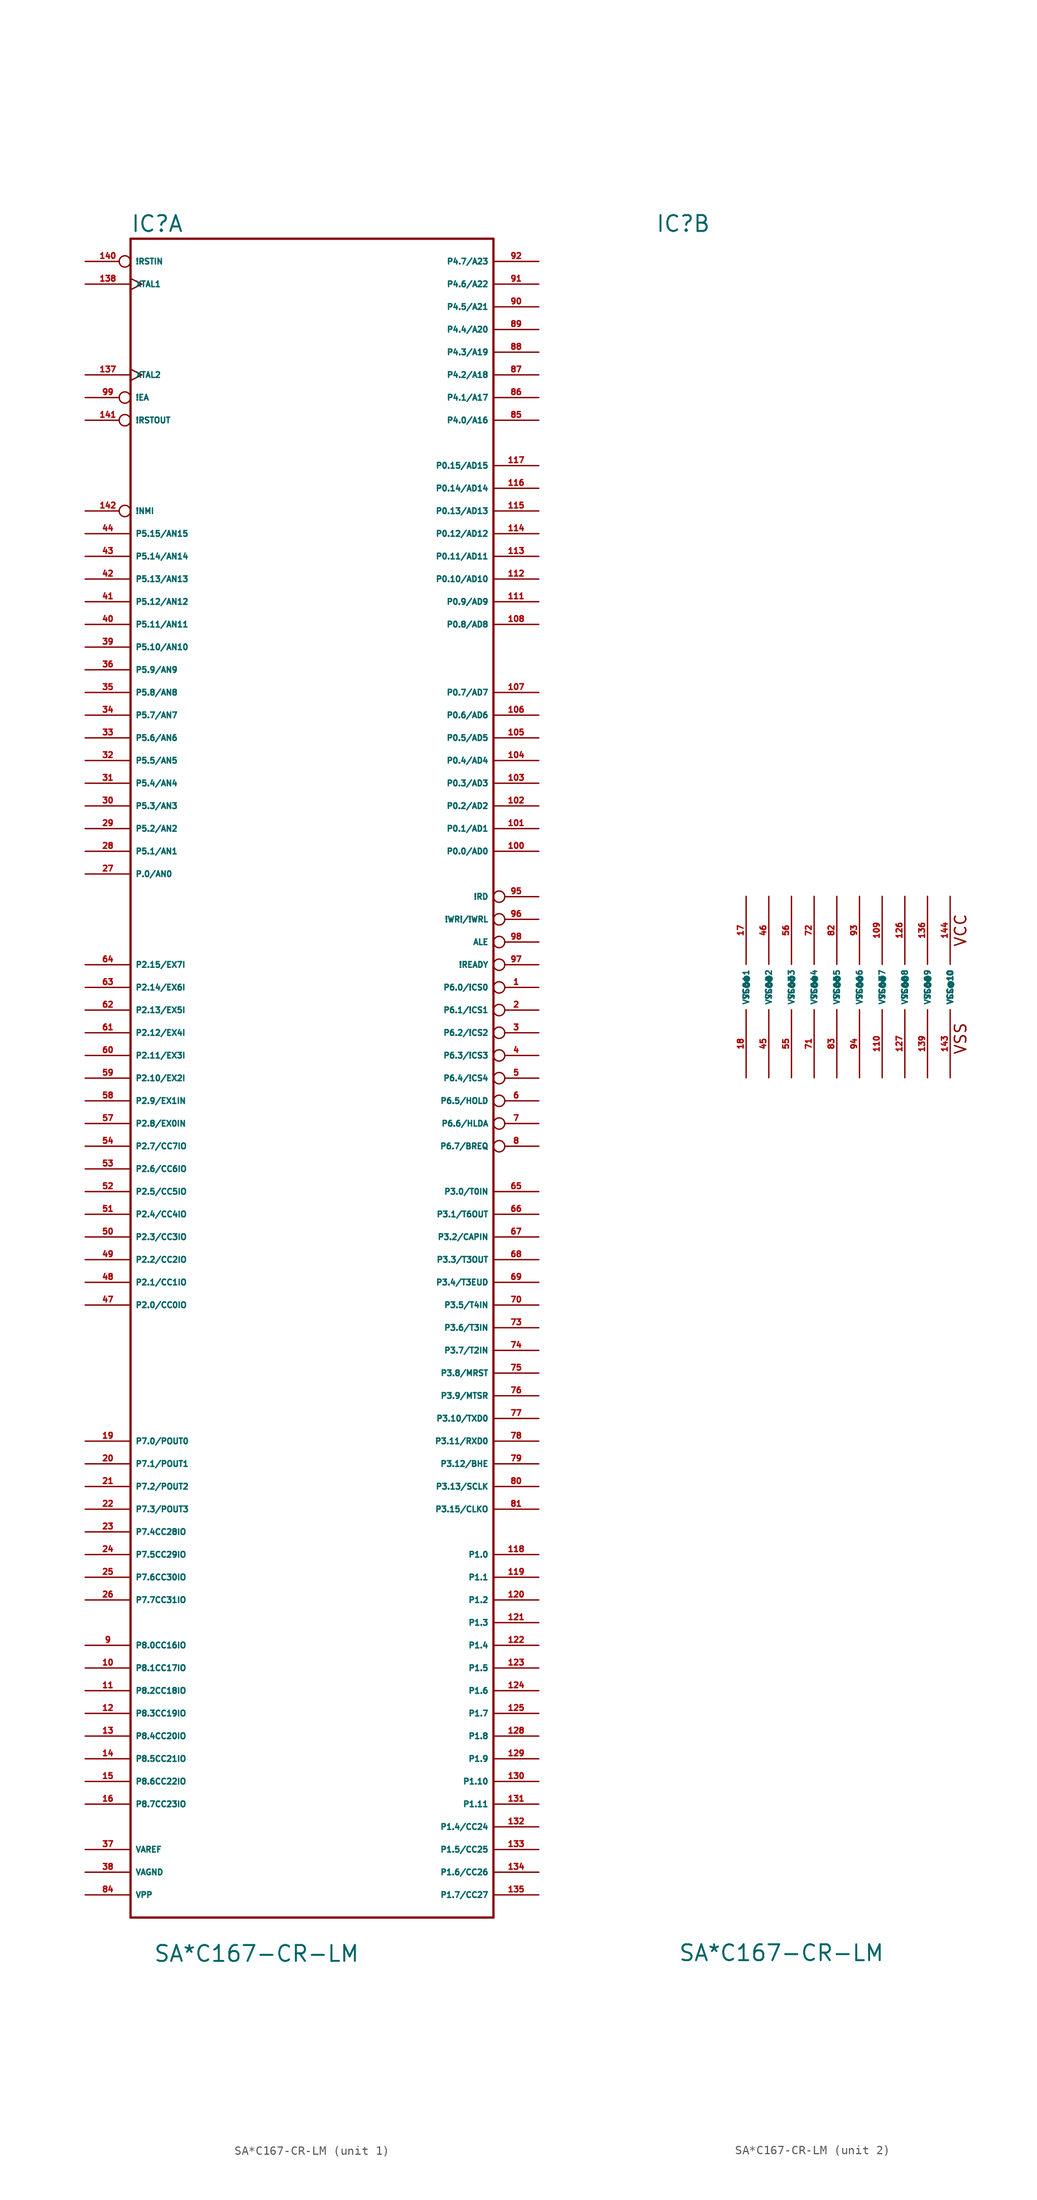
<source format=kicad_sym>
(kicad_symbol_lib
  (version 20220914)
  (generator Eagle2Kicad)
  (symbol "SA*C167-CR-LM"
    (property "Reference" "IC"
      (at -20.32 84.455 0)
      (effects (font (size 1.778 1.778) (thickness 0.22)) (justify left bottom)))
    (property "Value" "SA*C167-CR-LM"
      (at -17.78 -109.22 0)
      (effects (font (size 1.778 1.778) (thickness 0.22)) (justify left bottom)))
    (symbol "SA*C167-CR-LM_1_0"
      (polyline (pts (xy -20.32 -104.14) (xy 20.32 -104.14)) (stroke (width 0.254) (type default)) (fill (type none)))
      (polyline (pts (xy 20.32 -104.14) (xy 20.32 83.82)) (stroke (width 0.254) (type default)) (fill (type none)))
      (polyline (pts (xy 20.32 83.82) (xy -20.32 83.82)) (stroke (width 0.254) (type default)) (fill (type none)))
      (polyline (pts (xy -20.32 83.82) (xy -20.32 -104.14)) (stroke (width 0.254) (type default)) (fill (type none)))
      (pin output inverted (at 25.4 5.08 180) (length 5.08) (name "ALE" (effects (font (size 0.635 0.635) (thickness 0.08)) (justify left bottom))) (number "98" (effects (font (size 0.635 0.635) (thickness 0.08)) (justify left bottom))))
      (pin input inverted (at -25.4 66.04 0) (length 5.08) (name "!EA" (effects (font (size 0.635 0.635) (thickness 0.08)) (justify left bottom))) (number "99" (effects (font (size 0.635 0.635) (thickness 0.08)) (justify left bottom))))
      (pin input inverted (at -25.4 53.34 0) (length 5.08) (name "!NMI" (effects (font (size 0.635 0.635) (thickness 0.08)) (justify left bottom))) (number "142" (effects (font (size 0.635 0.635) (thickness 0.08)) (justify left bottom))))
      (pin input line (at -25.4 12.7 0) (length 5.08) (name "P.0/AN0" (effects (font (size 0.635 0.635) (thickness 0.08)) (justify left bottom))) (number "27" (effects (font (size 0.635 0.635) (thickness 0.08)) (justify left bottom))))
      (pin bidirectional line (at 25.4 15.24 180) (length 5.08) (name "P0.0/AD0" (effects (font (size 0.635 0.635) (thickness 0.08)) (justify left bottom))) (number "100" (effects (font (size 0.635 0.635) (thickness 0.08)) (justify left bottom))))
      (pin bidirectional line (at 25.4 17.78 180) (length 5.08) (name "P0.1/AD1" (effects (font (size 0.635 0.635) (thickness 0.08)) (justify left bottom))) (number "101" (effects (font (size 0.635 0.635) (thickness 0.08)) (justify left bottom))))
      (pin bidirectional line (at 25.4 20.32 180) (length 5.08) (name "P0.2/AD2" (effects (font (size 0.635 0.635) (thickness 0.08)) (justify left bottom))) (number "102" (effects (font (size 0.635 0.635) (thickness 0.08)) (justify left bottom))))
      (pin bidirectional line (at 25.4 22.86 180) (length 5.08) (name "P0.3/AD3" (effects (font (size 0.635 0.635) (thickness 0.08)) (justify left bottom))) (number "103" (effects (font (size 0.635 0.635) (thickness 0.08)) (justify left bottom))))
      (pin bidirectional line (at 25.4 25.4 180) (length 5.08) (name "P0.4/AD4" (effects (font (size 0.635 0.635) (thickness 0.08)) (justify left bottom))) (number "104" (effects (font (size 0.635 0.635) (thickness 0.08)) (justify left bottom))))
      (pin bidirectional line (at 25.4 27.94 180) (length 5.08) (name "P0.5/AD5" (effects (font (size 0.635 0.635) (thickness 0.08)) (justify left bottom))) (number "105" (effects (font (size 0.635 0.635) (thickness 0.08)) (justify left bottom))))
      (pin bidirectional line (at 25.4 30.48 180) (length 5.08) (name "P0.6/AD6" (effects (font (size 0.635 0.635) (thickness 0.08)) (justify left bottom))) (number "106" (effects (font (size 0.635 0.635) (thickness 0.08)) (justify left bottom))))
      (pin bidirectional line (at 25.4 33.02 180) (length 5.08) (name "P0.7/AD7" (effects (font (size 0.635 0.635) (thickness 0.08)) (justify left bottom))) (number "107" (effects (font (size 0.635 0.635) (thickness 0.08)) (justify left bottom))))
      (pin bidirectional line (at 25.4 40.64 180) (length 5.08) (name "P0.8/AD8" (effects (font (size 0.635 0.635) (thickness 0.08)) (justify left bottom))) (number "108" (effects (font (size 0.635 0.635) (thickness 0.08)) (justify left bottom))))
      (pin bidirectional line (at 25.4 43.18 180) (length 5.08) (name "P0.9/AD9" (effects (font (size 0.635 0.635) (thickness 0.08)) (justify left bottom))) (number "111" (effects (font (size 0.635 0.635) (thickness 0.08)) (justify left bottom))))
      (pin bidirectional line (at 25.4 45.72 180) (length 5.08) (name "P0.10/AD10" (effects (font (size 0.635 0.635) (thickness 0.08)) (justify left bottom))) (number "112" (effects (font (size 0.635 0.635) (thickness 0.08)) (justify left bottom))))
      (pin bidirectional line (at 25.4 48.26 180) (length 5.08) (name "P0.11/AD11" (effects (font (size 0.635 0.635) (thickness 0.08)) (justify left bottom))) (number "113" (effects (font (size 0.635 0.635) (thickness 0.08)) (justify left bottom))))
      (pin bidirectional line (at 25.4 50.8 180) (length 5.08) (name "P0.12/AD12" (effects (font (size 0.635 0.635) (thickness 0.08)) (justify left bottom))) (number "114" (effects (font (size 0.635 0.635) (thickness 0.08)) (justify left bottom))))
      (pin bidirectional line (at 25.4 53.34 180) (length 5.08) (name "P0.13/AD13" (effects (font (size 0.635 0.635) (thickness 0.08)) (justify left bottom))) (number "115" (effects (font (size 0.635 0.635) (thickness 0.08)) (justify left bottom))))
      (pin bidirectional line (at 25.4 55.88 180) (length 5.08) (name "P0.14/AD14" (effects (font (size 0.635 0.635) (thickness 0.08)) (justify left bottom))) (number "116" (effects (font (size 0.635 0.635) (thickness 0.08)) (justify left bottom))))
      (pin bidirectional line (at 25.4 58.42 180) (length 5.08) (name "P0.15/AD15" (effects (font (size 0.635 0.635) (thickness 0.08)) (justify left bottom))) (number "117" (effects (font (size 0.635 0.635) (thickness 0.08)) (justify left bottom))))
      (pin bidirectional line (at 25.4 -63.5 180) (length 5.08) (name "P1.0" (effects (font (size 0.635 0.635) (thickness 0.08)) (justify left bottom))) (number "118" (effects (font (size 0.635 0.635) (thickness 0.08)) (justify left bottom))))
      (pin bidirectional line (at 25.4 -66.04 180) (length 5.08) (name "P1.1" (effects (font (size 0.635 0.635) (thickness 0.08)) (justify left bottom))) (number "119" (effects (font (size 0.635 0.635) (thickness 0.08)) (justify left bottom))))
      (pin bidirectional line (at 25.4 -68.58 180) (length 5.08) (name "P1.2" (effects (font (size 0.635 0.635) (thickness 0.08)) (justify left bottom))) (number "120" (effects (font (size 0.635 0.635) (thickness 0.08)) (justify left bottom))))
      (pin bidirectional line (at 25.4 -71.12 180) (length 5.08) (name "P1.3" (effects (font (size 0.635 0.635) (thickness 0.08)) (justify left bottom))) (number "121" (effects (font (size 0.635 0.635) (thickness 0.08)) (justify left bottom))))
      (pin bidirectional line (at 25.4 -73.66 180) (length 5.08) (name "P1.4" (effects (font (size 0.635 0.635) (thickness 0.08)) (justify left bottom))) (number "122" (effects (font (size 0.635 0.635) (thickness 0.08)) (justify left bottom))))
      (pin bidirectional line (at 25.4 -93.98 180) (length 5.08) (name "P1.4/CC24" (effects (font (size 0.635 0.635) (thickness 0.08)) (justify left bottom))) (number "132" (effects (font (size 0.635 0.635) (thickness 0.08)) (justify left bottom))))
      (pin bidirectional line (at 25.4 -76.2 180) (length 5.08) (name "P1.5" (effects (font (size 0.635 0.635) (thickness 0.08)) (justify left bottom))) (number "123" (effects (font (size 0.635 0.635) (thickness 0.08)) (justify left bottom))))
      (pin bidirectional line (at 25.4 -96.52 180) (length 5.08) (name "P1.5/CC25" (effects (font (size 0.635 0.635) (thickness 0.08)) (justify left bottom))) (number "133" (effects (font (size 0.635 0.635) (thickness 0.08)) (justify left bottom))))
      (pin bidirectional line (at 25.4 -78.74 180) (length 5.08) (name "P1.6" (effects (font (size 0.635 0.635) (thickness 0.08)) (justify left bottom))) (number "124" (effects (font (size 0.635 0.635) (thickness 0.08)) (justify left bottom))))
      (pin bidirectional line (at 25.4 -99.06 180) (length 5.08) (name "P1.6/CC26" (effects (font (size 0.635 0.635) (thickness 0.08)) (justify left bottom))) (number "134" (effects (font (size 0.635 0.635) (thickness 0.08)) (justify left bottom))))
      (pin bidirectional line (at 25.4 -81.28 180) (length 5.08) (name "P1.7" (effects (font (size 0.635 0.635) (thickness 0.08)) (justify left bottom))) (number "125" (effects (font (size 0.635 0.635) (thickness 0.08)) (justify left bottom))))
      (pin bidirectional line (at 25.4 -101.6 180) (length 5.08) (name "P1.7/CC27" (effects (font (size 0.635 0.635) (thickness 0.08)) (justify left bottom))) (number "135" (effects (font (size 0.635 0.635) (thickness 0.08)) (justify left bottom))))
      (pin bidirectional line (at 25.4 -83.82 180) (length 5.08) (name "P1.8" (effects (font (size 0.635 0.635) (thickness 0.08)) (justify left bottom))) (number "128" (effects (font (size 0.635 0.635) (thickness 0.08)) (justify left bottom))))
      (pin bidirectional line (at 25.4 -86.36 180) (length 5.08) (name "P1.9" (effects (font (size 0.635 0.635) (thickness 0.08)) (justify left bottom))) (number "129" (effects (font (size 0.635 0.635) (thickness 0.08)) (justify left bottom))))
      (pin bidirectional line (at 25.4 -88.9 180) (length 5.08) (name "P1.10" (effects (font (size 0.635 0.635) (thickness 0.08)) (justify left bottom))) (number "130" (effects (font (size 0.635 0.635) (thickness 0.08)) (justify left bottom))))
      (pin bidirectional line (at 25.4 -91.44 180) (length 5.08) (name "P1.11" (effects (font (size 0.635 0.635) (thickness 0.08)) (justify left bottom))) (number "131" (effects (font (size 0.635 0.635) (thickness 0.08)) (justify left bottom))))
      (pin bidirectional line (at -25.4 -35.56 0) (length 5.08) (name "P2.0/CC0IO" (effects (font (size 0.635 0.635) (thickness 0.08)) (justify left bottom))) (number "47" (effects (font (size 0.635 0.635) (thickness 0.08)) (justify left bottom))))
      (pin bidirectional line (at -25.4 -33.02 0) (length 5.08) (name "P2.1/CC1IO" (effects (font (size 0.635 0.635) (thickness 0.08)) (justify left bottom))) (number "48" (effects (font (size 0.635 0.635) (thickness 0.08)) (justify left bottom))))
      (pin bidirectional line (at -25.4 -30.48 0) (length 5.08) (name "P2.2/CC2IO" (effects (font (size 0.635 0.635) (thickness 0.08)) (justify left bottom))) (number "49" (effects (font (size 0.635 0.635) (thickness 0.08)) (justify left bottom))))
      (pin bidirectional line (at -25.4 -27.94 0) (length 5.08) (name "P2.3/CC3IO" (effects (font (size 0.635 0.635) (thickness 0.08)) (justify left bottom))) (number "50" (effects (font (size 0.635 0.635) (thickness 0.08)) (justify left bottom))))
      (pin bidirectional line (at -25.4 -25.4 0) (length 5.08) (name "P2.4/CC4IO" (effects (font (size 0.635 0.635) (thickness 0.08)) (justify left bottom))) (number "51" (effects (font (size 0.635 0.635) (thickness 0.08)) (justify left bottom))))
      (pin bidirectional line (at -25.4 -22.86 0) (length 5.08) (name "P2.5/CC5IO" (effects (font (size 0.635 0.635) (thickness 0.08)) (justify left bottom))) (number "52" (effects (font (size 0.635 0.635) (thickness 0.08)) (justify left bottom))))
      (pin bidirectional line (at -25.4 -20.32 0) (length 5.08) (name "P2.6/CC6IO" (effects (font (size 0.635 0.635) (thickness 0.08)) (justify left bottom))) (number "53" (effects (font (size 0.635 0.635) (thickness 0.08)) (justify left bottom))))
      (pin bidirectional line (at -25.4 -17.78 0) (length 5.08) (name "P2.7/CC7IO" (effects (font (size 0.635 0.635) (thickness 0.08)) (justify left bottom))) (number "54" (effects (font (size 0.635 0.635) (thickness 0.08)) (justify left bottom))))
      (pin bidirectional line (at -25.4 -15.24 0) (length 5.08) (name "P2.8/EX0IN" (effects (font (size 0.635 0.635) (thickness 0.08)) (justify left bottom))) (number "57" (effects (font (size 0.635 0.635) (thickness 0.08)) (justify left bottom))))
      (pin bidirectional line (at -25.4 -12.7 0) (length 5.08) (name "P2.9/EX1IN" (effects (font (size 0.635 0.635) (thickness 0.08)) (justify left bottom))) (number "58" (effects (font (size 0.635 0.635) (thickness 0.08)) (justify left bottom))))
      (pin bidirectional line (at -25.4 -10.16 0) (length 5.08) (name "P2.10/EX2I" (effects (font (size 0.635 0.635) (thickness 0.08)) (justify left bottom))) (number "59" (effects (font (size 0.635 0.635) (thickness 0.08)) (justify left bottom))))
      (pin bidirectional line (at -25.4 -7.62 0) (length 5.08) (name "P2.11/EX3I" (effects (font (size 0.635 0.635) (thickness 0.08)) (justify left bottom))) (number "60" (effects (font (size 0.635 0.635) (thickness 0.08)) (justify left bottom))))
      (pin bidirectional line (at -25.4 -5.08 0) (length 5.08) (name "P2.12/EX4I" (effects (font (size 0.635 0.635) (thickness 0.08)) (justify left bottom))) (number "61" (effects (font (size 0.635 0.635) (thickness 0.08)) (justify left bottom))))
      (pin bidirectional line (at -25.4 -2.54 0) (length 5.08) (name "P2.13/EX5I" (effects (font (size 0.635 0.635) (thickness 0.08)) (justify left bottom))) (number "62" (effects (font (size 0.635 0.635) (thickness 0.08)) (justify left bottom))))
      (pin bidirectional line (at -25.4 0 0) (length 5.08) (name "P2.14/EX6I" (effects (font (size 0.635 0.635) (thickness 0.08)) (justify left bottom))) (number "63" (effects (font (size 0.635 0.635) (thickness 0.08)) (justify left bottom))))
      (pin bidirectional line (at -25.4 2.54 0) (length 5.08) (name "P2.15/EX7I" (effects (font (size 0.635 0.635) (thickness 0.08)) (justify left bottom))) (number "64" (effects (font (size 0.635 0.635) (thickness 0.08)) (justify left bottom))))
      (pin bidirectional line (at 25.4 -22.86 180) (length 5.08) (name "P3.0/T0IN" (effects (font (size 0.635 0.635) (thickness 0.08)) (justify left bottom))) (number "65" (effects (font (size 0.635 0.635) (thickness 0.08)) (justify left bottom))))
      (pin bidirectional line (at 25.4 -25.4 180) (length 5.08) (name "P3.1/T6OUT" (effects (font (size 0.635 0.635) (thickness 0.08)) (justify left bottom))) (number "66" (effects (font (size 0.635 0.635) (thickness 0.08)) (justify left bottom))))
      (pin bidirectional line (at 25.4 -27.94 180) (length 5.08) (name "P3.2/CAPIN" (effects (font (size 0.635 0.635) (thickness 0.08)) (justify left bottom))) (number "67" (effects (font (size 0.635 0.635) (thickness 0.08)) (justify left bottom))))
      (pin bidirectional line (at 25.4 -30.48 180) (length 5.08) (name "P3.3/T3OUT" (effects (font (size 0.635 0.635) (thickness 0.08)) (justify left bottom))) (number "68" (effects (font (size 0.635 0.635) (thickness 0.08)) (justify left bottom))))
      (pin bidirectional line (at 25.4 -33.02 180) (length 5.08) (name "P3.4/T3EUD" (effects (font (size 0.635 0.635) (thickness 0.08)) (justify left bottom))) (number "69" (effects (font (size 0.635 0.635) (thickness 0.08)) (justify left bottom))))
      (pin bidirectional line (at 25.4 -35.56 180) (length 5.08) (name "P3.5/T4IN" (effects (font (size 0.635 0.635) (thickness 0.08)) (justify left bottom))) (number "70" (effects (font (size 0.635 0.635) (thickness 0.08)) (justify left bottom))))
      (pin bidirectional line (at 25.4 -38.1 180) (length 5.08) (name "P3.6/T3IN" (effects (font (size 0.635 0.635) (thickness 0.08)) (justify left bottom))) (number "73" (effects (font (size 0.635 0.635) (thickness 0.08)) (justify left bottom))))
      (pin bidirectional line (at 25.4 -40.64 180) (length 5.08) (name "P3.7/T2IN" (effects (font (size 0.635 0.635) (thickness 0.08)) (justify left bottom))) (number "74" (effects (font (size 0.635 0.635) (thickness 0.08)) (justify left bottom))))
      (pin bidirectional line (at 25.4 -43.18 180) (length 5.08) (name "P3.8/MRST" (effects (font (size 0.635 0.635) (thickness 0.08)) (justify left bottom))) (number "75" (effects (font (size 0.635 0.635) (thickness 0.08)) (justify left bottom))))
      (pin bidirectional line (at 25.4 -45.72 180) (length 5.08) (name "P3.9/MTSR" (effects (font (size 0.635 0.635) (thickness 0.08)) (justify left bottom))) (number "76" (effects (font (size 0.635 0.635) (thickness 0.08)) (justify left bottom))))
      (pin bidirectional line (at 25.4 -48.26 180) (length 5.08) (name "P3.10/TXD0" (effects (font (size 0.635 0.635) (thickness 0.08)) (justify left bottom))) (number "77" (effects (font (size 0.635 0.635) (thickness 0.08)) (justify left bottom))))
      (pin bidirectional line (at 25.4 -50.8 180) (length 5.08) (name "P3.11/RXD0" (effects (font (size 0.635 0.635) (thickness 0.08)) (justify left bottom))) (number "78" (effects (font (size 0.635 0.635) (thickness 0.08)) (justify left bottom))))
      (pin bidirectional line (at 25.4 -53.34 180) (length 5.08) (name "P3.12/BHE" (effects (font (size 0.635 0.635) (thickness 0.08)) (justify left bottom))) (number "79" (effects (font (size 0.635 0.635) (thickness 0.08)) (justify left bottom))))
      (pin bidirectional line (at 25.4 -55.88 180) (length 5.08) (name "P3.13/SCLK" (effects (font (size 0.635 0.635) (thickness 0.08)) (justify left bottom))) (number "80" (effects (font (size 0.635 0.635) (thickness 0.08)) (justify left bottom))))
      (pin bidirectional line (at 25.4 -58.42 180) (length 5.08) (name "P3.15/CLKO" (effects (font (size 0.635 0.635) (thickness 0.08)) (justify left bottom))) (number "81" (effects (font (size 0.635 0.635) (thickness 0.08)) (justify left bottom))))
      (pin bidirectional line (at 25.4 63.5 180) (length 5.08) (name "P4.0/A16" (effects (font (size 0.635 0.635) (thickness 0.08)) (justify left bottom))) (number "85" (effects (font (size 0.635 0.635) (thickness 0.08)) (justify left bottom))))
      (pin bidirectional line (at 25.4 66.04 180) (length 5.08) (name "P4.1/A17" (effects (font (size 0.635 0.635) (thickness 0.08)) (justify left bottom))) (number "86" (effects (font (size 0.635 0.635) (thickness 0.08)) (justify left bottom))))
      (pin bidirectional line (at 25.4 68.58 180) (length 5.08) (name "P4.2/A18" (effects (font (size 0.635 0.635) (thickness 0.08)) (justify left bottom))) (number "87" (effects (font (size 0.635 0.635) (thickness 0.08)) (justify left bottom))))
      (pin bidirectional line (at 25.4 71.12 180) (length 5.08) (name "P4.3/A19" (effects (font (size 0.635 0.635) (thickness 0.08)) (justify left bottom))) (number "88" (effects (font (size 0.635 0.635) (thickness 0.08)) (justify left bottom))))
      (pin bidirectional line (at 25.4 73.66 180) (length 5.08) (name "P4.4/A20" (effects (font (size 0.635 0.635) (thickness 0.08)) (justify left bottom))) (number "89" (effects (font (size 0.635 0.635) (thickness 0.08)) (justify left bottom))))
      (pin bidirectional line (at 25.4 76.2 180) (length 5.08) (name "P4.5/A21" (effects (font (size 0.635 0.635) (thickness 0.08)) (justify left bottom))) (number "90" (effects (font (size 0.635 0.635) (thickness 0.08)) (justify left bottom))))
      (pin bidirectional line (at 25.4 78.74 180) (length 5.08) (name "P4.6/A22" (effects (font (size 0.635 0.635) (thickness 0.08)) (justify left bottom))) (number "91" (effects (font (size 0.635 0.635) (thickness 0.08)) (justify left bottom))))
      (pin bidirectional line (at 25.4 81.28 180) (length 5.08) (name "P4.7/A23" (effects (font (size 0.635 0.635) (thickness 0.08)) (justify left bottom))) (number "92" (effects (font (size 0.635 0.635) (thickness 0.08)) (justify left bottom))))
      (pin input line (at -25.4 15.24 0) (length 5.08) (name "P5.1/AN1" (effects (font (size 0.635 0.635) (thickness 0.08)) (justify left bottom))) (number "28" (effects (font (size 0.635 0.635) (thickness 0.08)) (justify left bottom))))
      (pin input line (at -25.4 17.78 0) (length 5.08) (name "P5.2/AN2" (effects (font (size 0.635 0.635) (thickness 0.08)) (justify left bottom))) (number "29" (effects (font (size 0.635 0.635) (thickness 0.08)) (justify left bottom))))
      (pin input line (at -25.4 20.32 0) (length 5.08) (name "P5.3/AN3" (effects (font (size 0.635 0.635) (thickness 0.08)) (justify left bottom))) (number "30" (effects (font (size 0.635 0.635) (thickness 0.08)) (justify left bottom))))
      (pin input line (at -25.4 22.86 0) (length 5.08) (name "P5.4/AN4" (effects (font (size 0.635 0.635) (thickness 0.08)) (justify left bottom))) (number "31" (effects (font (size 0.635 0.635) (thickness 0.08)) (justify left bottom))))
      (pin input line (at -25.4 25.4 0) (length 5.08) (name "P5.5/AN5" (effects (font (size 0.635 0.635) (thickness 0.08)) (justify left bottom))) (number "32" (effects (font (size 0.635 0.635) (thickness 0.08)) (justify left bottom))))
      (pin input line (at -25.4 27.94 0) (length 5.08) (name "P5.6/AN6" (effects (font (size 0.635 0.635) (thickness 0.08)) (justify left bottom))) (number "33" (effects (font (size 0.635 0.635) (thickness 0.08)) (justify left bottom))))
      (pin input line (at -25.4 30.48 0) (length 5.08) (name "P5.7/AN7" (effects (font (size 0.635 0.635) (thickness 0.08)) (justify left bottom))) (number "34" (effects (font (size 0.635 0.635) (thickness 0.08)) (justify left bottom))))
      (pin input line (at -25.4 33.02 0) (length 5.08) (name "P5.8/AN8" (effects (font (size 0.635 0.635) (thickness 0.08)) (justify left bottom))) (number "35" (effects (font (size 0.635 0.635) (thickness 0.08)) (justify left bottom))))
      (pin input line (at -25.4 35.56 0) (length 5.08) (name "P5.9/AN9" (effects (font (size 0.635 0.635) (thickness 0.08)) (justify left bottom))) (number "36" (effects (font (size 0.635 0.635) (thickness 0.08)) (justify left bottom))))
      (pin input line (at -25.4 38.1 0) (length 5.08) (name "P5.10/AN10" (effects (font (size 0.635 0.635) (thickness 0.08)) (justify left bottom))) (number "39" (effects (font (size 0.635 0.635) (thickness 0.08)) (justify left bottom))))
      (pin input line (at -25.4 40.64 0) (length 5.08) (name "P5.11/AN11" (effects (font (size 0.635 0.635) (thickness 0.08)) (justify left bottom))) (number "40" (effects (font (size 0.635 0.635) (thickness 0.08)) (justify left bottom))))
      (pin input line (at -25.4 43.18 0) (length 5.08) (name "P5.12/AN12" (effects (font (size 0.635 0.635) (thickness 0.08)) (justify left bottom))) (number "41" (effects (font (size 0.635 0.635) (thickness 0.08)) (justify left bottom))))
      (pin input line (at -25.4 45.72 0) (length 5.08) (name "P5.13/AN13" (effects (font (size 0.635 0.635) (thickness 0.08)) (justify left bottom))) (number "42" (effects (font (size 0.635 0.635) (thickness 0.08)) (justify left bottom))))
      (pin input line (at -25.4 48.26 0) (length 5.08) (name "P5.14/AN14" (effects (font (size 0.635 0.635) (thickness 0.08)) (justify left bottom))) (number "43" (effects (font (size 0.635 0.635) (thickness 0.08)) (justify left bottom))))
      (pin input line (at -25.4 50.8 0) (length 5.08) (name "P5.15/AN15" (effects (font (size 0.635 0.635) (thickness 0.08)) (justify left bottom))) (number "44" (effects (font (size 0.635 0.635) (thickness 0.08)) (justify left bottom))))
      (pin bidirectional inverted (at 25.4 0 180) (length 5.08) (name "P6.0/!CS0" (effects (font (size 0.635 0.635) (thickness 0.08)) (justify left bottom))) (number "1" (effects (font (size 0.635 0.635) (thickness 0.08)) (justify left bottom))))
      (pin bidirectional inverted (at 25.4 -2.54 180) (length 5.08) (name "P6.1/!CS1" (effects (font (size 0.635 0.635) (thickness 0.08)) (justify left bottom))) (number "2" (effects (font (size 0.635 0.635) (thickness 0.08)) (justify left bottom))))
      (pin bidirectional inverted (at 25.4 -5.08 180) (length 5.08) (name "P6.2/!CS2" (effects (font (size 0.635 0.635) (thickness 0.08)) (justify left bottom))) (number "3" (effects (font (size 0.635 0.635) (thickness 0.08)) (justify left bottom))))
      (pin bidirectional inverted (at 25.4 -7.62 180) (length 5.08) (name "P6.3/!CS3" (effects (font (size 0.635 0.635) (thickness 0.08)) (justify left bottom))) (number "4" (effects (font (size 0.635 0.635) (thickness 0.08)) (justify left bottom))))
      (pin bidirectional inverted (at 25.4 -10.16 180) (length 5.08) (name "P6.4/!CS4" (effects (font (size 0.635 0.635) (thickness 0.08)) (justify left bottom))) (number "5" (effects (font (size 0.635 0.635) (thickness 0.08)) (justify left bottom))))
      (pin bidirectional inverted (at 25.4 -12.7 180) (length 5.08) (name "P6.5/HOLD" (effects (font (size 0.635 0.635) (thickness 0.08)) (justify left bottom))) (number "6" (effects (font (size 0.635 0.635) (thickness 0.08)) (justify left bottom))))
      (pin bidirectional inverted (at 25.4 -15.24 180) (length 5.08) (name "P6.6/HLDA" (effects (font (size 0.635 0.635) (thickness 0.08)) (justify left bottom))) (number "7" (effects (font (size 0.635 0.635) (thickness 0.08)) (justify left bottom))))
      (pin bidirectional inverted (at 25.4 -17.78 180) (length 5.08) (name "P6.7/BREQ" (effects (font (size 0.635 0.635) (thickness 0.08)) (justify left bottom))) (number "8" (effects (font (size 0.635 0.635) (thickness 0.08)) (justify left bottom))))
      (pin bidirectional line (at -25.4 -50.8 0) (length 5.08) (name "P7.0/POUT0" (effects (font (size 0.635 0.635) (thickness 0.08)) (justify left bottom))) (number "19" (effects (font (size 0.635 0.635) (thickness 0.08)) (justify left bottom))))
      (pin bidirectional line (at -25.4 -53.34 0) (length 5.08) (name "P7.1/POUT1" (effects (font (size 0.635 0.635) (thickness 0.08)) (justify left bottom))) (number "20" (effects (font (size 0.635 0.635) (thickness 0.08)) (justify left bottom))))
      (pin bidirectional line (at -25.4 -55.88 0) (length 5.08) (name "P7.2/POUT2" (effects (font (size 0.635 0.635) (thickness 0.08)) (justify left bottom))) (number "21" (effects (font (size 0.635 0.635) (thickness 0.08)) (justify left bottom))))
      (pin bidirectional line (at -25.4 -58.42 0) (length 5.08) (name "P7.3/POUT3" (effects (font (size 0.635 0.635) (thickness 0.08)) (justify left bottom))) (number "22" (effects (font (size 0.635 0.635) (thickness 0.08)) (justify left bottom))))
      (pin bidirectional line (at -25.4 -60.96 0) (length 5.08) (name "P7.4CC28IO" (effects (font (size 0.635 0.635) (thickness 0.08)) (justify left bottom))) (number "23" (effects (font (size 0.635 0.635) (thickness 0.08)) (justify left bottom))))
      (pin bidirectional line (at -25.4 -63.5 0) (length 5.08) (name "P7.5CC29IO" (effects (font (size 0.635 0.635) (thickness 0.08)) (justify left bottom))) (number "24" (effects (font (size 0.635 0.635) (thickness 0.08)) (justify left bottom))))
      (pin bidirectional line (at -25.4 -66.04 0) (length 5.08) (name "P7.6CC30IO" (effects (font (size 0.635 0.635) (thickness 0.08)) (justify left bottom))) (number "25" (effects (font (size 0.635 0.635) (thickness 0.08)) (justify left bottom))))
      (pin bidirectional line (at -25.4 -68.58 0) (length 5.08) (name "P7.7CC31IO" (effects (font (size 0.635 0.635) (thickness 0.08)) (justify left bottom))) (number "26" (effects (font (size 0.635 0.635) (thickness 0.08)) (justify left bottom))))
      (pin bidirectional line (at -25.4 -73.66 0) (length 5.08) (name "P8.0CC16IO" (effects (font (size 0.635 0.635) (thickness 0.08)) (justify left bottom))) (number "9" (effects (font (size 0.635 0.635) (thickness 0.08)) (justify left bottom))))
      (pin bidirectional line (at -25.4 -76.2 0) (length 5.08) (name "P8.1CC17IO" (effects (font (size 0.635 0.635) (thickness 0.08)) (justify left bottom))) (number "10" (effects (font (size 0.635 0.635) (thickness 0.08)) (justify left bottom))))
      (pin bidirectional line (at -25.4 -78.74 0) (length 5.08) (name "P8.2CC18IO" (effects (font (size 0.635 0.635) (thickness 0.08)) (justify left bottom))) (number "11" (effects (font (size 0.635 0.635) (thickness 0.08)) (justify left bottom))))
      (pin bidirectional line (at -25.4 -81.28 0) (length 5.08) (name "P8.3CC19IO" (effects (font (size 0.635 0.635) (thickness 0.08)) (justify left bottom))) (number "12" (effects (font (size 0.635 0.635) (thickness 0.08)) (justify left bottom))))
      (pin bidirectional line (at -25.4 -83.82 0) (length 5.08) (name "P8.4CC20IO" (effects (font (size 0.635 0.635) (thickness 0.08)) (justify left bottom))) (number "13" (effects (font (size 0.635 0.635) (thickness 0.08)) (justify left bottom))))
      (pin bidirectional line (at -25.4 -86.36 0) (length 5.08) (name "P8.5CC21IO" (effects (font (size 0.635 0.635) (thickness 0.08)) (justify left bottom))) (number "14" (effects (font (size 0.635 0.635) (thickness 0.08)) (justify left bottom))))
      (pin bidirectional line (at -25.4 -88.9 0) (length 5.08) (name "P8.6CC22IO" (effects (font (size 0.635 0.635) (thickness 0.08)) (justify left bottom))) (number "15" (effects (font (size 0.635 0.635) (thickness 0.08)) (justify left bottom))))
      (pin bidirectional line (at -25.4 -91.44 0) (length 5.08) (name "P8.7CC23IO" (effects (font (size 0.635 0.635) (thickness 0.08)) (justify left bottom))) (number "16" (effects (font (size 0.635 0.635) (thickness 0.08)) (justify left bottom))))
      (pin output inverted (at 25.4 10.16 180) (length 5.08) (name "!RD" (effects (font (size 0.635 0.635) (thickness 0.08)) (justify left bottom))) (number "95" (effects (font (size 0.635 0.635) (thickness 0.08)) (justify left bottom))))
      (pin input inverted (at 25.4 2.54 180) (length 5.08) (name "!READY" (effects (font (size 0.635 0.635) (thickness 0.08)) (justify left bottom))) (number "97" (effects (font (size 0.635 0.635) (thickness 0.08)) (justify left bottom))))
      (pin input inverted (at -25.4 81.28 0) (length 5.08) (name "!RSTIN" (effects (font (size 0.635 0.635) (thickness 0.08)) (justify left bottom))) (number "140" (effects (font (size 0.635 0.635) (thickness 0.08)) (justify left bottom))))
      (pin output inverted (at -25.4 63.5 0) (length 5.08) (name "!RSTOUT" (effects (font (size 0.635 0.635) (thickness 0.08)) (justify left bottom))) (number "141" (effects (font (size 0.635 0.635) (thickness 0.08)) (justify left bottom))))
      (pin passive line (at -25.4 -99.06 0) (length 5.08) (name "VAGND" (effects (font (size 0.635 0.635) (thickness 0.08)) (justify left bottom))) (number "38" (effects (font (size 0.635 0.635) (thickness 0.08)) (justify left bottom))))
      (pin passive line (at -25.4 -96.52 0) (length 5.08) (name "VAREF" (effects (font (size 0.635 0.635) (thickness 0.08)) (justify left bottom))) (number "37" (effects (font (size 0.635 0.635) (thickness 0.08)) (justify left bottom))))
      (pin passive line (at -25.4 -101.6 0) (length 5.08) (name "VPP" (effects (font (size 0.635 0.635) (thickness 0.08)) (justify left bottom))) (number "84" (effects (font (size 0.635 0.635) (thickness 0.08)) (justify left bottom))))
      (pin output inverted (at 25.4 7.62 180) (length 5.08) (name "!WR!/!WRL" (effects (font (size 0.635 0.635) (thickness 0.08)) (justify left bottom))) (number "96" (effects (font (size 0.635 0.635) (thickness 0.08)) (justify left bottom))))
      (pin input clock (at -25.4 78.74 0) (length 5.08) (name "XTAL1" (effects (font (size 0.635 0.635) (thickness 0.08)) (justify left bottom))) (number "138" (effects (font (size 0.635 0.635) (thickness 0.08)) (justify left bottom))))
      (pin output clock (at -25.4 68.58 0) (length 5.08) (name "XTAL2" (effects (font (size 0.635 0.635) (thickness 0.08)) (justify left bottom))) (number "137" (effects (font (size 0.635 0.635) (thickness 0.08)) (justify left bottom)))))
    (symbol "SA*C167-CR-LM_2_0"
      (text "VSS" (at 14.605 -7.62 900) (effects (font (size 1.27 1.27) (thickness 0.16)) (justify left bottom)))
      (text "VCC" (at 14.605 4.445 900) (effects (font (size 1.27 1.27) (thickness 0.16)) (justify left bottom)))
      (pin unspecified line (at -10.16 10.16 270) (length 7.62) (name "VCC@1" (effects (font (size 0.635 0.635) (thickness 0.08)) (justify left bottom))) (number "17" (effects (font (size 0.635 0.635) (thickness 0.08)) (justify left bottom))))
      (pin unspecified line (at -7.62 10.16 270) (length 7.62) (name "VCC@2" (effects (font (size 0.635 0.635) (thickness 0.08)) (justify left bottom))) (number "46" (effects (font (size 0.635 0.635) (thickness 0.08)) (justify left bottom))))
      (pin unspecified line (at -5.08 10.16 270) (length 7.62) (name "VCC@3" (effects (font (size 0.635 0.635) (thickness 0.08)) (justify left bottom))) (number "56" (effects (font (size 0.635 0.635) (thickness 0.08)) (justify left bottom))))
      (pin unspecified line (at -2.54 10.16 270) (length 7.62) (name "VCC@4" (effects (font (size 0.635 0.635) (thickness 0.08)) (justify left bottom))) (number "72" (effects (font (size 0.635 0.635) (thickness 0.08)) (justify left bottom))))
      (pin unspecified line (at 0 10.16 270) (length 7.62) (name "VCC@5" (effects (font (size 0.635 0.635) (thickness 0.08)) (justify left bottom))) (number "82" (effects (font (size 0.635 0.635) (thickness 0.08)) (justify left bottom))))
      (pin unspecified line (at 2.54 10.16 270) (length 7.62) (name "VCC@6" (effects (font (size 0.635 0.635) (thickness 0.08)) (justify left bottom))) (number "93" (effects (font (size 0.635 0.635) (thickness 0.08)) (justify left bottom))))
      (pin unspecified line (at 5.08 10.16 270) (length 7.62) (name "VCC@7" (effects (font (size 0.635 0.635) (thickness 0.08)) (justify left bottom))) (number "109" (effects (font (size 0.635 0.635) (thickness 0.08)) (justify left bottom))))
      (pin unspecified line (at 7.62 10.16 270) (length 7.62) (name "VCC@8" (effects (font (size 0.635 0.635) (thickness 0.08)) (justify left bottom))) (number "126" (effects (font (size 0.635 0.635) (thickness 0.08)) (justify left bottom))))
      (pin unspecified line (at 10.16 10.16 270) (length 7.62) (name "VCC@9" (effects (font (size 0.635 0.635) (thickness 0.08)) (justify left bottom))) (number "136" (effects (font (size 0.635 0.635) (thickness 0.08)) (justify left bottom))))
      (pin unspecified line (at 12.7 10.16 270) (length 7.62) (name "VCC@10" (effects (font (size 0.635 0.635) (thickness 0.08)) (justify left bottom))) (number "144" (effects (font (size 0.635 0.635) (thickness 0.08)) (justify left bottom))))
      (pin unspecified line (at -10.16 -10.16 90) (length 7.62) (name "VSS@1" (effects (font (size 0.635 0.635) (thickness 0.08)) (justify left bottom))) (number "18" (effects (font (size 0.635 0.635) (thickness 0.08)) (justify left bottom))))
      (pin unspecified line (at -7.62 -10.16 90) (length 7.62) (name "VSS@2" (effects (font (size 0.635 0.635) (thickness 0.08)) (justify left bottom))) (number "45" (effects (font (size 0.635 0.635) (thickness 0.08)) (justify left bottom))))
      (pin unspecified line (at -5.08 -10.16 90) (length 7.62) (name "VSS@3" (effects (font (size 0.635 0.635) (thickness 0.08)) (justify left bottom))) (number "55" (effects (font (size 0.635 0.635) (thickness 0.08)) (justify left bottom))))
      (pin unspecified line (at -2.54 -10.16 90) (length 7.62) (name "VSS@4" (effects (font (size 0.635 0.635) (thickness 0.08)) (justify left bottom))) (number "71" (effects (font (size 0.635 0.635) (thickness 0.08)) (justify left bottom))))
      (pin unspecified line (at 0 -10.16 90) (length 7.62) (name "VSS@5" (effects (font (size 0.635 0.635) (thickness 0.08)) (justify left bottom))) (number "83" (effects (font (size 0.635 0.635) (thickness 0.08)) (justify left bottom))))
      (pin unspecified line (at 2.54 -10.16 90) (length 7.62) (name "VSS@6" (effects (font (size 0.635 0.635) (thickness 0.08)) (justify left bottom))) (number "94" (effects (font (size 0.635 0.635) (thickness 0.08)) (justify left bottom))))
      (pin unspecified line (at 5.08 -10.16 90) (length 7.62) (name "VSS@7" (effects (font (size 0.635 0.635) (thickness 0.08)) (justify left bottom))) (number "110" (effects (font (size 0.635 0.635) (thickness 0.08)) (justify left bottom))))
      (pin unspecified line (at 7.62 -10.16 90) (length 7.62) (name "VSS@8" (effects (font (size 0.635 0.635) (thickness 0.08)) (justify left bottom))) (number "127" (effects (font (size 0.635 0.635) (thickness 0.08)) (justify left bottom))))
      (pin unspecified line (at 10.16 -10.16 90) (length 7.62) (name "VSS@9" (effects (font (size 0.635 0.635) (thickness 0.08)) (justify left bottom))) (number "139" (effects (font (size 0.635 0.635) (thickness 0.08)) (justify left bottom))))
      (pin unspecified line (at 12.7 -10.16 90) (length 7.62) (name "VSS@10" (effects (font (size 0.635 0.635) (thickness 0.08)) (justify left bottom))) (number "143" (effects (font (size 0.635 0.635) (thickness 0.08)) (justify left bottom)))))))
</source>
